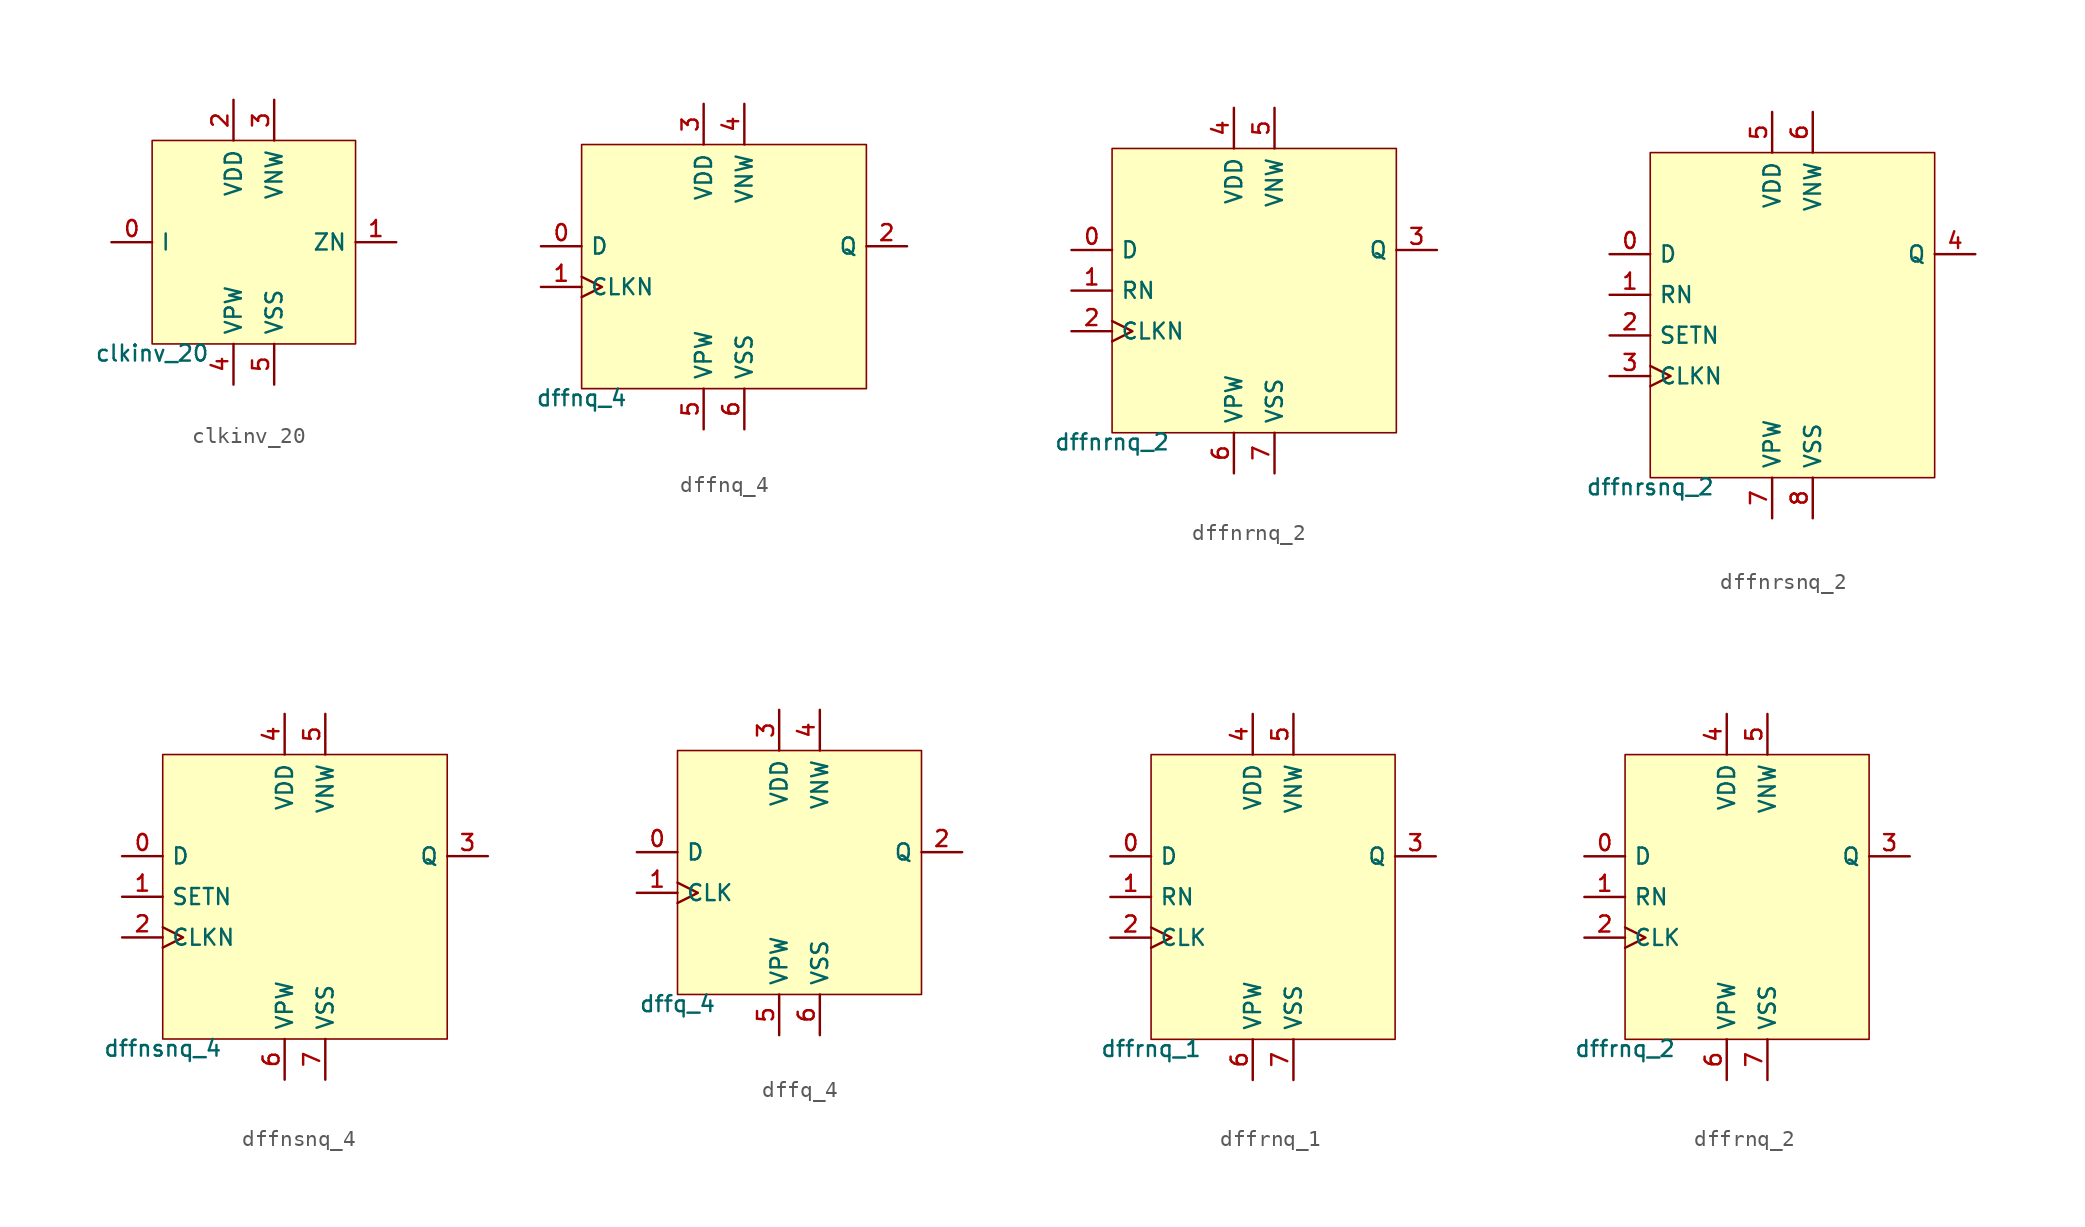
<source format=kicad_sym>
(kicad_symbol_lib
  (version 20211014)
  (generator pdk2kicad)
  (symbol "clkinv_20"
    (property "Reference" "X"
      (at 0 0 0)
      (effects (font (size 1 1)) hide))
    (property "Value" "clkinv_20"
      (at -6.35 -6.35 0)
      (effects (font (size 1 1)) (justify top)))
    (rectangle
      (start -6.35 -6.35)
      (end 6.35 6.35)
      (stroke (width 0.1) (type solid) (color 0 0 0 0))
      (fill (type background)))
    (pin input line
      (at -8.89 -4.440892098500626e-16 0)
      (length 2.54)
      (name "I" (effects (font (size 1 1)) hide))
      (number "0" (effects (font (size 1 1)) hide)))
    (pin output line
      (at 8.89 -4.440892098500626e-16 180)
      (length 2.54)
      (name "ZN" (effects (font (size 1 1)) hide))
      (number "1" (effects (font (size 1 1)) hide)))
    (pin power_in line
      (at -1.27 8.89 270)
      (length 2.54)
      (name "VDD" (effects (font (size 1 1)) hide))
      (number "2" (effects (font (size 1 1)) hide)))
    (pin power_in line
      (at 1.27 8.89 270)
      (length 2.54)
      (name "VNW" (effects (font (size 1 1)) hide))
      (number "3" (effects (font (size 1 1)) hide)))
    (pin power_in line
      (at -1.27 -8.89 90)
      (length 2.54)
      (name "VPW" (effects (font (size 1 1)) hide))
      (number "4" (effects (font (size 1 1)) hide)))
    (pin power_in line
      (at 1.27 -8.89 90)
      (length 2.54)
      (name "VSS" (effects (font (size 1 1)) hide))
      (number "5" (effects (font (size 1 1)) hide))))
  (symbol "dffnq_4"
    (property "Reference" "X"
      (at 0 0 0)
      (effects (font (size 1 1)) hide))
    (property "Value" "dffnq_4"
      (at -8.89 -7.62 0)
      (effects (font (size 1 1)) (justify top)))
    (rectangle
      (start -8.89 -7.62)
      (end 8.89 7.62)
      (stroke (width 0.1) (type solid) (color 0 0 0 0))
      (fill (type background)))
    (pin input line
      (at -11.43 1.27 0)
      (length 2.54)
      (name "D" (effects (font (size 1 1)) hide))
      (number "0" (effects (font (size 1 1)) hide)))
    (pin input clock
      (at -11.43 -1.27 0)
      (length 2.54)
      (name "CLKN" (effects (font (size 1 1)) hide))
      (number "1" (effects (font (size 1 1)) hide)))
    (pin output line
      (at 11.43 1.27 180)
      (length 2.54)
      (name "Q" (effects (font (size 1 1)) hide))
      (number "2" (effects (font (size 1 1)) hide)))
    (pin power_in line
      (at -1.27 10.16 270)
      (length 2.54)
      (name "VDD" (effects (font (size 1 1)) hide))
      (number "3" (effects (font (size 1 1)) hide)))
    (pin power_in line
      (at 1.27 10.16 270)
      (length 2.54)
      (name "VNW" (effects (font (size 1 1)) hide))
      (number "4" (effects (font (size 1 1)) hide)))
    (pin power_in line
      (at -1.27 -10.16 90)
      (length 2.54)
      (name "VPW" (effects (font (size 1 1)) hide))
      (number "5" (effects (font (size 1 1)) hide)))
    (pin power_in line
      (at 1.27 -10.16 90)
      (length 2.54)
      (name "VSS" (effects (font (size 1 1)) hide))
      (number "6" (effects (font (size 1 1)) hide))))
  (symbol "dffnrnq_2"
    (property "Reference" "X"
      (at 0 0 0)
      (effects (font (size 1 1)) hide))
    (property "Value" "dffnrnq_2"
      (at -8.89 -8.89 0)
      (effects (font (size 1 1)) (justify top)))
    (rectangle
      (start -8.89 -8.89)
      (end 8.89 8.89)
      (stroke (width 0.1) (type solid) (color 0 0 0 0))
      (fill (type background)))
    (pin input line
      (at -11.43 2.54 0)
      (length 2.54)
      (name "D" (effects (font (size 1 1)) hide))
      (number "0" (effects (font (size 1 1)) hide)))
    (pin input line
      (at -11.43 4.440892098500626e-16 0)
      (length 2.54)
      (name "RN" (effects (font (size 1 1)) hide))
      (number "1" (effects (font (size 1 1)) hide)))
    (pin input clock
      (at -11.43 -2.54 0)
      (length 2.54)
      (name "CLKN" (effects (font (size 1 1)) hide))
      (number "2" (effects (font (size 1 1)) hide)))
    (pin output line
      (at 11.43 2.54 180)
      (length 2.54)
      (name "Q" (effects (font (size 1 1)) hide))
      (number "3" (effects (font (size 1 1)) hide)))
    (pin power_in line
      (at -1.27 11.43 270)
      (length 2.54)
      (name "VDD" (effects (font (size 1 1)) hide))
      (number "4" (effects (font (size 1 1)) hide)))
    (pin power_in line
      (at 1.27 11.43 270)
      (length 2.54)
      (name "VNW" (effects (font (size 1 1)) hide))
      (number "5" (effects (font (size 1 1)) hide)))
    (pin power_in line
      (at -1.27 -11.43 90)
      (length 2.54)
      (name "VPW" (effects (font (size 1 1)) hide))
      (number "6" (effects (font (size 1 1)) hide)))
    (pin power_in line
      (at 1.27 -11.43 90)
      (length 2.54)
      (name "VSS" (effects (font (size 1 1)) hide))
      (number "7" (effects (font (size 1 1)) hide))))
  (symbol "dffnrsnq_2"
    (property "Reference" "X"
      (at 0 0 0)
      (effects (font (size 1 1)) hide))
    (property "Value" "dffnrsnq_2"
      (at -8.89 -10.16 0)
      (effects (font (size 1 1)) (justify top)))
    (rectangle
      (start -8.89 -10.16)
      (end 8.89 10.16)
      (stroke (width 0.1) (type solid) (color 0 0 0 0))
      (fill (type background)))
    (pin input line
      (at -11.43 3.81 0)
      (length 2.54)
      (name "D" (effects (font (size 1 1)) hide))
      (number "0" (effects (font (size 1 1)) hide)))
    (pin input line
      (at -11.43 1.27 0)
      (length 2.54)
      (name "RN" (effects (font (size 1 1)) hide))
      (number "1" (effects (font (size 1 1)) hide)))
    (pin input line
      (at -11.43 -1.27 0)
      (length 2.54)
      (name "SETN" (effects (font (size 1 1)) hide))
      (number "2" (effects (font (size 1 1)) hide)))
    (pin input clock
      (at -11.43 -3.81 0)
      (length 2.54)
      (name "CLKN" (effects (font (size 1 1)) hide))
      (number "3" (effects (font (size 1 1)) hide)))
    (pin output line
      (at 11.43 3.81 180)
      (length 2.54)
      (name "Q" (effects (font (size 1 1)) hide))
      (number "4" (effects (font (size 1 1)) hide)))
    (pin power_in line
      (at -1.27 12.7 270)
      (length 2.54)
      (name "VDD" (effects (font (size 1 1)) hide))
      (number "5" (effects (font (size 1 1)) hide)))
    (pin power_in line
      (at 1.27 12.7 270)
      (length 2.54)
      (name "VNW" (effects (font (size 1 1)) hide))
      (number "6" (effects (font (size 1 1)) hide)))
    (pin power_in line
      (at -1.27 -12.7 90)
      (length 2.54)
      (name "VPW" (effects (font (size 1 1)) hide))
      (number "7" (effects (font (size 1 1)) hide)))
    (pin power_in line
      (at 1.27 -12.7 90)
      (length 2.54)
      (name "VSS" (effects (font (size 1 1)) hide))
      (number "8" (effects (font (size 1 1)) hide))))
  (symbol "dffnsnq_4"
    (property "Reference" "X"
      (at 0 0 0)
      (effects (font (size 1 1)) hide))
    (property "Value" "dffnsnq_4"
      (at -8.89 -8.89 0)
      (effects (font (size 1 1)) (justify top)))
    (rectangle
      (start -8.89 -8.89)
      (end 8.89 8.89)
      (stroke (width 0.1) (type solid) (color 0 0 0 0))
      (fill (type background)))
    (pin input line
      (at -11.43 2.54 0)
      (length 2.54)
      (name "D" (effects (font (size 1 1)) hide))
      (number "0" (effects (font (size 1 1)) hide)))
    (pin input line
      (at -11.43 4.440892098500626e-16 0)
      (length 2.54)
      (name "SETN" (effects (font (size 1 1)) hide))
      (number "1" (effects (font (size 1 1)) hide)))
    (pin input clock
      (at -11.43 -2.54 0)
      (length 2.54)
      (name "CLKN" (effects (font (size 1 1)) hide))
      (number "2" (effects (font (size 1 1)) hide)))
    (pin output line
      (at 11.43 2.54 180)
      (length 2.54)
      (name "Q" (effects (font (size 1 1)) hide))
      (number "3" (effects (font (size 1 1)) hide)))
    (pin power_in line
      (at -1.27 11.43 270)
      (length 2.54)
      (name "VDD" (effects (font (size 1 1)) hide))
      (number "4" (effects (font (size 1 1)) hide)))
    (pin power_in line
      (at 1.27 11.43 270)
      (length 2.54)
      (name "VNW" (effects (font (size 1 1)) hide))
      (number "5" (effects (font (size 1 1)) hide)))
    (pin power_in line
      (at -1.27 -11.43 90)
      (length 2.54)
      (name "VPW" (effects (font (size 1 1)) hide))
      (number "6" (effects (font (size 1 1)) hide)))
    (pin power_in line
      (at 1.27 -11.43 90)
      (length 2.54)
      (name "VSS" (effects (font (size 1 1)) hide))
      (number "7" (effects (font (size 1 1)) hide))))
  (symbol "dffq_4"
    (property "Reference" "X"
      (at 0 0 0)
      (effects (font (size 1 1)) hide))
    (property "Value" "dffq_4"
      (at -7.62 -7.62 0)
      (effects (font (size 1 1)) (justify top)))
    (rectangle
      (start -7.62 -7.62)
      (end 7.62 7.62)
      (stroke (width 0.1) (type solid) (color 0 0 0 0))
      (fill (type background)))
    (pin input line
      (at -10.16 1.27 0)
      (length 2.54)
      (name "D" (effects (font (size 1 1)) hide))
      (number "0" (effects (font (size 1 1)) hide)))
    (pin input clock
      (at -10.16 -1.27 0)
      (length 2.54)
      (name "CLK" (effects (font (size 1 1)) hide))
      (number "1" (effects (font (size 1 1)) hide)))
    (pin output line
      (at 10.16 1.27 180)
      (length 2.54)
      (name "Q" (effects (font (size 1 1)) hide))
      (number "2" (effects (font (size 1 1)) hide)))
    (pin power_in line
      (at -1.27 10.16 270)
      (length 2.54)
      (name "VDD" (effects (font (size 1 1)) hide))
      (number "3" (effects (font (size 1 1)) hide)))
    (pin power_in line
      (at 1.27 10.16 270)
      (length 2.54)
      (name "VNW" (effects (font (size 1 1)) hide))
      (number "4" (effects (font (size 1 1)) hide)))
    (pin power_in line
      (at -1.27 -10.16 90)
      (length 2.54)
      (name "VPW" (effects (font (size 1 1)) hide))
      (number "5" (effects (font (size 1 1)) hide)))
    (pin power_in line
      (at 1.27 -10.16 90)
      (length 2.54)
      (name "VSS" (effects (font (size 1 1)) hide))
      (number "6" (effects (font (size 1 1)) hide))))
  (symbol "dffrnq_1"
    (property "Reference" "X"
      (at 0 0 0)
      (effects (font (size 1 1)) hide))
    (property "Value" "dffrnq_1"
      (at -7.62 -8.89 0)
      (effects (font (size 1 1)) (justify top)))
    (rectangle
      (start -7.62 -8.89)
      (end 7.62 8.89)
      (stroke (width 0.1) (type solid) (color 0 0 0 0))
      (fill (type background)))
    (pin input line
      (at -10.16 2.54 0)
      (length 2.54)
      (name "D" (effects (font (size 1 1)) hide))
      (number "0" (effects (font (size 1 1)) hide)))
    (pin input line
      (at -10.16 4.440892098500626e-16 0)
      (length 2.54)
      (name "RN" (effects (font (size 1 1)) hide))
      (number "1" (effects (font (size 1 1)) hide)))
    (pin input clock
      (at -10.16 -2.54 0)
      (length 2.54)
      (name "CLK" (effects (font (size 1 1)) hide))
      (number "2" (effects (font (size 1 1)) hide)))
    (pin output line
      (at 10.16 2.54 180)
      (length 2.54)
      (name "Q" (effects (font (size 1 1)) hide))
      (number "3" (effects (font (size 1 1)) hide)))
    (pin power_in line
      (at -1.27 11.43 270)
      (length 2.54)
      (name "VDD" (effects (font (size 1 1)) hide))
      (number "4" (effects (font (size 1 1)) hide)))
    (pin power_in line
      (at 1.27 11.43 270)
      (length 2.54)
      (name "VNW" (effects (font (size 1 1)) hide))
      (number "5" (effects (font (size 1 1)) hide)))
    (pin power_in line
      (at -1.27 -11.43 90)
      (length 2.54)
      (name "VPW" (effects (font (size 1 1)) hide))
      (number "6" (effects (font (size 1 1)) hide)))
    (pin power_in line
      (at 1.27 -11.43 90)
      (length 2.54)
      (name "VSS" (effects (font (size 1 1)) hide))
      (number "7" (effects (font (size 1 1)) hide))))
  (symbol "dffrnq_2"
    (property "Reference" "X"
      (at 0 0 0)
      (effects (font (size 1 1)) hide))
    (property "Value" "dffrnq_2"
      (at -7.62 -8.89 0)
      (effects (font (size 1 1)) (justify top)))
    (rectangle
      (start -7.62 -8.89)
      (end 7.62 8.89)
      (stroke (width 0.1) (type solid) (color 0 0 0 0))
      (fill (type background)))
    (pin input line
      (at -10.16 2.54 0)
      (length 2.54)
      (name "D" (effects (font (size 1 1)) hide))
      (number "0" (effects (font (size 1 1)) hide)))
    (pin input line
      (at -10.16 4.440892098500626e-16 0)
      (length 2.54)
      (name "RN" (effects (font (size 1 1)) hide))
      (number "1" (effects (font (size 1 1)) hide)))
    (pin input clock
      (at -10.16 -2.54 0)
      (length 2.54)
      (name "CLK" (effects (font (size 1 1)) hide))
      (number "2" (effects (font (size 1 1)) hide)))
    (pin output line
      (at 10.16 2.54 180)
      (length 2.54)
      (name "Q" (effects (font (size 1 1)) hide))
      (number "3" (effects (font (size 1 1)) hide)))
    (pin power_in line
      (at -1.27 11.43 270)
      (length 2.54)
      (name "VDD" (effects (font (size 1 1)) hide))
      (number "4" (effects (font (size 1 1)) hide)))
    (pin power_in line
      (at 1.27 11.43 270)
      (length 2.54)
      (name "VNW" (effects (font (size 1 1)) hide))
      (number "5" (effects (font (size 1 1)) hide)))
    (pin power_in line
      (at -1.27 -11.43 90)
      (length 2.54)
      (name "VPW" (effects (font (size 1 1)) hide))
      (number "6" (effects (font (size 1 1)) hide)))
    (pin power_in line
      (at 1.27 -11.43 90)
      (length 2.54)
      (name "VSS" (effects (font (size 1 1)) hide))
      (number "7" (effects (font (size 1 1)) hide)))))
</source>
